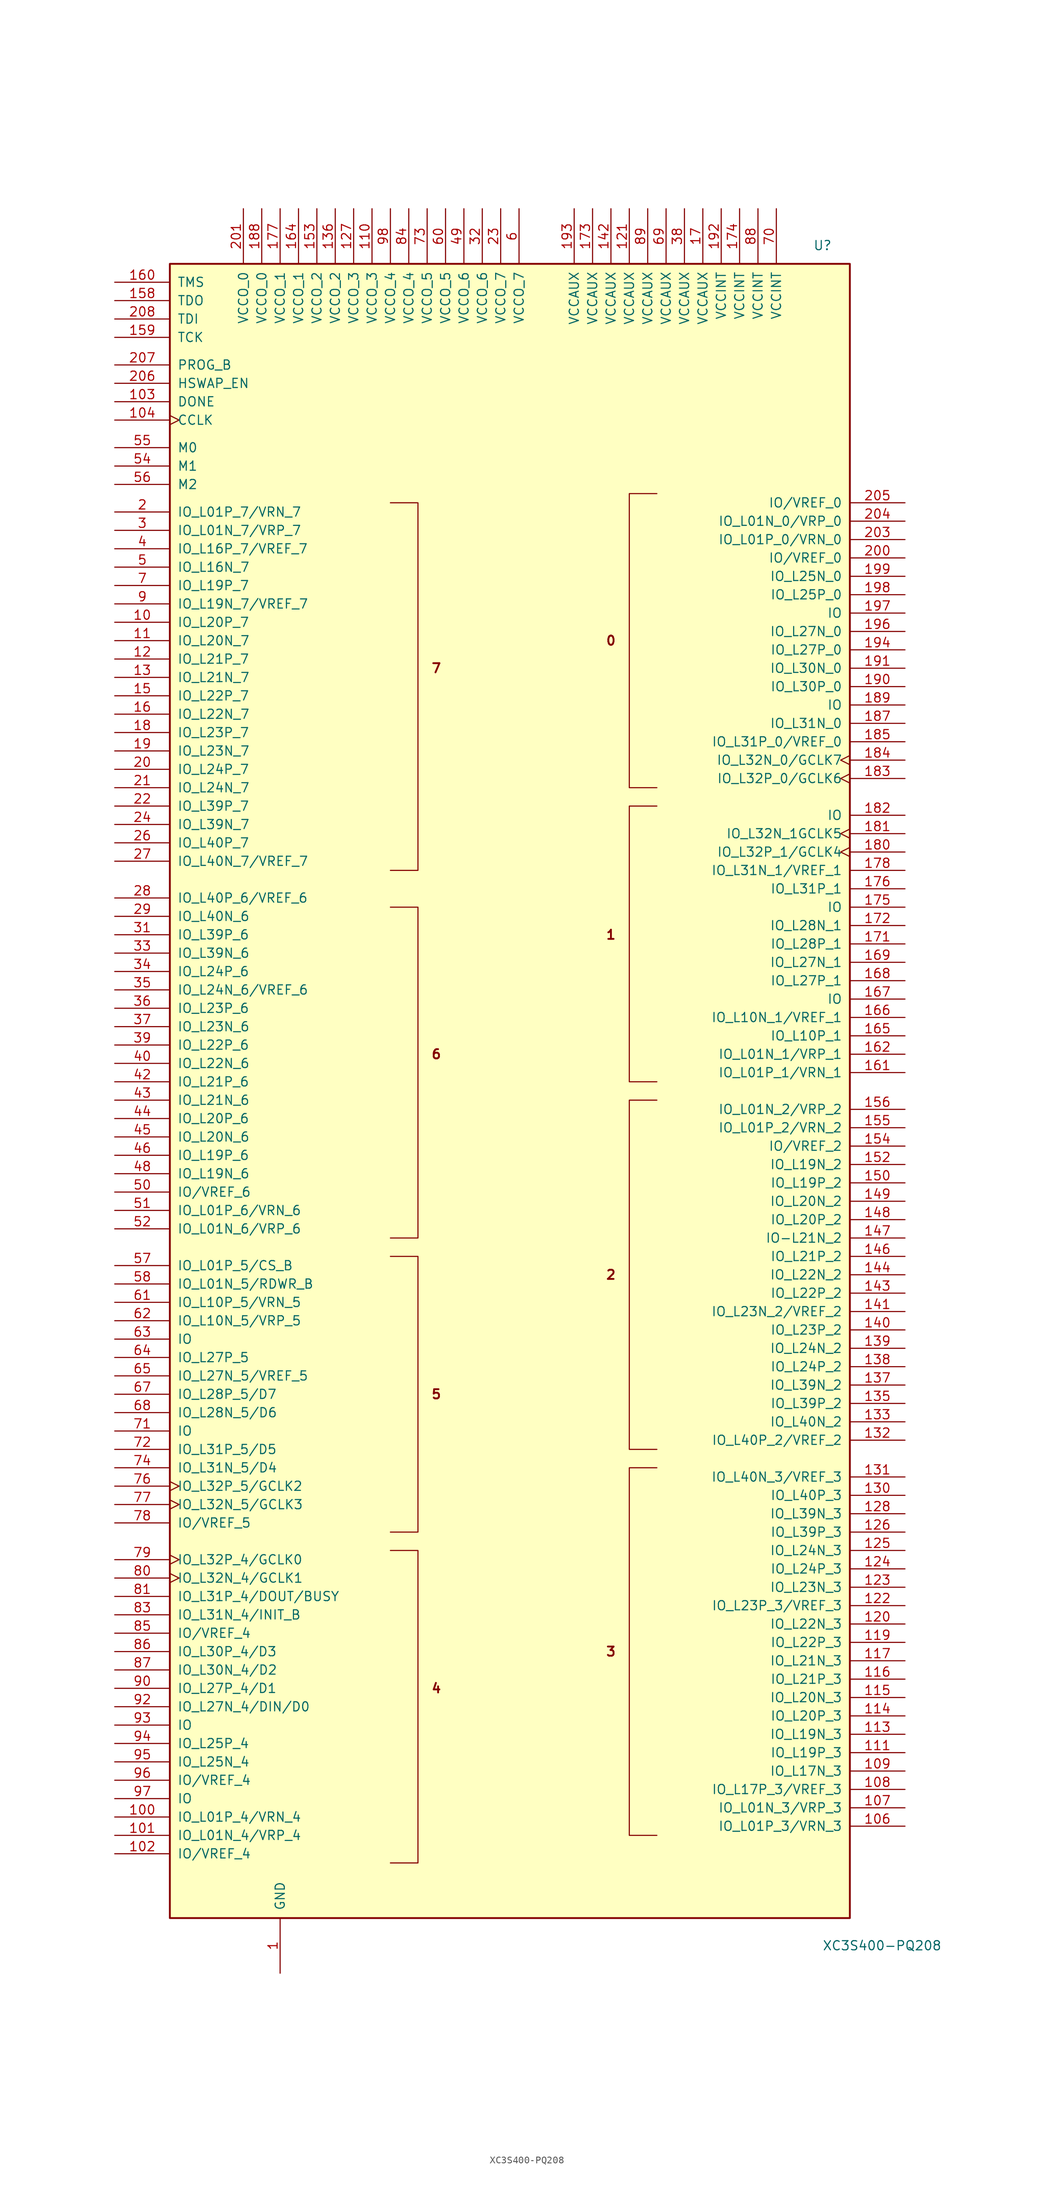
<source format=kicad_sym>
(kicad_symbol_lib
  (version 20231120)
  (generator "kicad_symbol_editor")
  (generator_version "8.0")
  (symbol "XC3S400-PQ208"
    (pin_names
      (offset 1.016))
    (property "Reference" "U"
      (at 41.91 116.84 0)
      (effects (font (size 1.27 1.27)) (justify left)))
    (property "Value" "XC3S400-PQ208"
      (at 43.18 -118.11 0)
      (effects (font (size 1.27 1.27)) (justify left)))
    (symbol "XC3S400-PQ208_0_0"
      (text "0" (at 13.97 62.23 0) (effects (font (size 1.27 1.27) (bold yes))))
      (text "1" (at 13.97 21.59 0) (effects (font (size 1.27 1.27) (bold yes))))
      (text "2" (at 13.97 -25.4 0) (effects (font (size 1.27 1.27) (bold yes))))
      (text "3" (at 13.97 -77.47 0) (effects (font (size 1.27 1.27) (bold yes))))
      (text "4" (at -10.16 -82.55 0) (effects (font (size 1.27 1.27) (bold yes))))
      (text "5" (at -10.16 -41.91 0) (effects (font (size 1.27 1.27) (bold yes))))
      (text "6" (at -10.16 5.08 0) (effects (font (size 1.27 1.27) (bold yes))))
      (text "7" (at -10.16 58.42 0) (effects (font (size 1.27 1.27) (bold yes)))))
    (symbol "XC3S400-PQ208_0_1"
      (rectangle (start -46.99 114.3) (end 46.99 -114.3) (stroke (width 0.254) (type default)) (fill (type background)))
      (polyline (pts (xy -16.51 -63.5) (xy -12.7 -63.5) (xy -12.7 -106.68) (xy -16.51 -106.68) (xy -15.24 -106.68)) (stroke (width 0) (type default)) (fill (type none)))
      (polyline (pts (xy -16.51 -60.96) (xy -12.7 -60.96) (xy -12.7 -22.86) (xy -16.51 -22.86) (xy -16.51 -22.86)) (stroke (width 0) (type default)) (fill (type none)))
      (polyline (pts (xy -16.51 -20.32) (xy -12.7 -20.32) (xy -12.7 25.4) (xy -16.51 25.4) (xy -16.51 25.4)) (stroke (width 0) (type default)) (fill (type none)))
      (polyline (pts (xy -16.51 30.48) (xy -12.7 30.48) (xy -12.7 81.28) (xy -16.51 81.28) (xy -16.51 81.28)) (stroke (width 0) (type default)) (fill (type none)))
      (polyline (pts (xy 20.32 -52.07) (xy 16.51 -52.07) (xy 16.51 -102.87) (xy 20.32 -102.87) (xy 20.32 -102.87)) (stroke (width 0) (type default)) (fill (type none)))
      (polyline (pts (xy 20.32 -1.27) (xy 16.51 -1.27) (xy 16.51 -49.53) (xy 20.32 -49.53) (xy 20.32 -49.53)) (stroke (width 0) (type default)) (fill (type none)))
      (polyline (pts (xy 20.32 39.37) (xy 16.51 39.37) (xy 16.51 1.27) (xy 20.32 1.27) (xy 20.32 1.27)) (stroke (width 0) (type default)) (fill (type none)))
      (polyline (pts (xy 20.32 82.55) (xy 16.51 82.55) (xy 16.51 41.91) (xy 20.32 41.91) (xy 20.32 41.91)) (stroke (width 0) (type default)) (fill (type none))))
    (symbol "XC3S400-PQ208_1_1"
      (pin power_in line (at -31.75 -121.92 90) (length 7.62) (name "GND" (effects (font (size 1.27 1.27)))) (number "1" (effects (font (size 1.27 1.27)))))
      (pin bidirectional line (at -54.61 64.77 0) (length 7.62) (name "IO_L20P_7" (effects (font (size 1.27 1.27)))) (number "10" (effects (font (size 1.27 1.27)))))
      (pin bidirectional line (at -54.61 -100.33 0) (length 7.62) (name "IO_L01P_4/VRN_4" (effects (font (size 1.27 1.27)))) (number "100" (effects (font (size 1.27 1.27)))))
      (pin bidirectional line (at -54.61 -102.87 0) (length 7.62) (name "IO_L01N_4/VRP_4" (effects (font (size 1.27 1.27)))) (number "101" (effects (font (size 1.27 1.27)))))
      (pin bidirectional line (at -54.61 -105.41 0) (length 7.62) (name "IO/VREF_4" (effects (font (size 1.27 1.27)))) (number "102" (effects (font (size 1.27 1.27)))))
      (pin bidirectional line (at -54.61 95.25 0) (length 7.62) (name "DONE" (effects (font (size 1.27 1.27)))) (number "103" (effects (font (size 1.27 1.27)))))
      (pin bidirectional clock (at -54.61 92.71 0) (length 7.62) (name "CCLK" (effects (font (size 1.27 1.27)))) (number "104" (effects (font (size 1.27 1.27)))))
      (pin passive line (at -31.75 -121.92 90) (length 7.62) hide (name "GND" (effects (font (size 1.27 1.27)))) (number "105" (effects (font (size 1.27 1.27)))))
      (pin bidirectional line (at 54.61 -101.6 180) (length 7.62) (name "IO_L01P_3/VRN_3" (effects (font (size 1.27 1.27)))) (number "106" (effects (font (size 1.27 1.27)))))
      (pin bidirectional line (at 54.61 -99.06 180) (length 7.62) (name "IO_L01N_3/VRP_3" (effects (font (size 1.27 1.27)))) (number "107" (effects (font (size 1.27 1.27)))))
      (pin bidirectional line (at 54.61 -96.52 180) (length 7.62) (name "IO_L17P_3/VREF_3" (effects (font (size 1.27 1.27)))) (number "108" (effects (font (size 1.27 1.27)))))
      (pin bidirectional line (at 54.61 -93.98 180) (length 7.62) (name "IO_L17N_3" (effects (font (size 1.27 1.27)))) (number "109" (effects (font (size 1.27 1.27)))))
      (pin bidirectional line (at -54.61 62.23 0) (length 7.62) (name "IO_L20N_7" (effects (font (size 1.27 1.27)))) (number "11" (effects (font (size 1.27 1.27)))))
      (pin power_in line (at -19.05 121.92 270) (length 7.62) (name "VCCO_3" (effects (font (size 1.27 1.27)))) (number "110" (effects (font (size 1.27 1.27)))))
      (pin bidirectional line (at 54.61 -91.44 180) (length 7.62) (name "IO_L19P_3" (effects (font (size 1.27 1.27)))) (number "111" (effects (font (size 1.27 1.27)))))
      (pin passive line (at -31.75 -121.92 90) (length 7.62) hide (name "GND" (effects (font (size 1.27 1.27)))) (number "112" (effects (font (size 1.27 1.27)))))
      (pin bidirectional line (at 54.61 -88.9 180) (length 7.62) (name "IO_L19N_3" (effects (font (size 1.27 1.27)))) (number "113" (effects (font (size 1.27 1.27)))))
      (pin bidirectional line (at 54.61 -86.36 180) (length 7.62) (name "IO_L20P_3" (effects (font (size 1.27 1.27)))) (number "114" (effects (font (size 1.27 1.27)))))
      (pin bidirectional line (at 54.61 -83.82 180) (length 7.62) (name "IO_L20N_3" (effects (font (size 1.27 1.27)))) (number "115" (effects (font (size 1.27 1.27)))))
      (pin bidirectional line (at 54.61 -81.28 180) (length 7.62) (name "IO_L21P_3" (effects (font (size 1.27 1.27)))) (number "116" (effects (font (size 1.27 1.27)))))
      (pin bidirectional line (at 54.61 -78.74 180) (length 7.62) (name "IO_L21N_3" (effects (font (size 1.27 1.27)))) (number "117" (effects (font (size 1.27 1.27)))))
      (pin passive line (at -31.75 -121.92 90) (length 7.62) hide (name "GND" (effects (font (size 1.27 1.27)))) (number "118" (effects (font (size 1.27 1.27)))))
      (pin bidirectional line (at 54.61 -76.2 180) (length 7.62) (name "IO_L22P_3" (effects (font (size 1.27 1.27)))) (number "119" (effects (font (size 1.27 1.27)))))
      (pin bidirectional line (at -54.61 59.69 0) (length 7.62) (name "IO_L21P_7" (effects (font (size 1.27 1.27)))) (number "12" (effects (font (size 1.27 1.27)))))
      (pin bidirectional line (at 54.61 -73.66 180) (length 7.62) (name "IO_L22N_3" (effects (font (size 1.27 1.27)))) (number "120" (effects (font (size 1.27 1.27)))))
      (pin power_in line (at 16.51 121.92 270) (length 7.62) (name "VCCAUX" (effects (font (size 1.27 1.27)))) (number "121" (effects (font (size 1.27 1.27)))))
      (pin bidirectional line (at 54.61 -71.12 180) (length 7.62) (name "IO_L23P_3/VREF_3" (effects (font (size 1.27 1.27)))) (number "122" (effects (font (size 1.27 1.27)))))
      (pin bidirectional line (at 54.61 -68.58 180) (length 7.62) (name "IO_L23N_3" (effects (font (size 1.27 1.27)))) (number "123" (effects (font (size 1.27 1.27)))))
      (pin bidirectional line (at 54.61 -66.04 180) (length 7.62) (name "IO_L24P_3" (effects (font (size 1.27 1.27)))) (number "124" (effects (font (size 1.27 1.27)))))
      (pin bidirectional line (at 54.61 -63.5 180) (length 7.62) (name "IO_L24N_3" (effects (font (size 1.27 1.27)))) (number "125" (effects (font (size 1.27 1.27)))))
      (pin bidirectional line (at 54.61 -60.96 180) (length 7.62) (name "IO_L39P_3" (effects (font (size 1.27 1.27)))) (number "126" (effects (font (size 1.27 1.27)))))
      (pin power_in line (at -21.59 121.92 270) (length 7.62) (name "VCCO_3" (effects (font (size 1.27 1.27)))) (number "127" (effects (font (size 1.27 1.27)))))
      (pin bidirectional line (at 54.61 -58.42 180) (length 7.62) (name "IO_L39N_3" (effects (font (size 1.27 1.27)))) (number "128" (effects (font (size 1.27 1.27)))))
      (pin passive line (at -31.75 -121.92 90) (length 7.62) hide (name "GND" (effects (font (size 1.27 1.27)))) (number "129" (effects (font (size 1.27 1.27)))))
      (pin bidirectional line (at -54.61 57.15 0) (length 7.62) (name "IO_L21N_7" (effects (font (size 1.27 1.27)))) (number "13" (effects (font (size 1.27 1.27)))))
      (pin bidirectional line (at 54.61 -55.88 180) (length 7.62) (name "IO_L40P_3" (effects (font (size 1.27 1.27)))) (number "130" (effects (font (size 1.27 1.27)))))
      (pin bidirectional line (at 54.61 -53.34 180) (length 7.62) (name "IO_L40N_3/VREF_3" (effects (font (size 1.27 1.27)))) (number "131" (effects (font (size 1.27 1.27)))))
      (pin bidirectional line (at 54.61 -48.26 180) (length 7.62) (name "IO_L40P_2/VREF_2" (effects (font (size 1.27 1.27)))) (number "132" (effects (font (size 1.27 1.27)))))
      (pin bidirectional line (at 54.61 -45.72 180) (length 7.62) (name "IO_L40N_2" (effects (font (size 1.27 1.27)))) (number "133" (effects (font (size 1.27 1.27)))))
      (pin passive line (at -31.75 -121.92 90) (length 7.62) hide (name "GND" (effects (font (size 1.27 1.27)))) (number "134" (effects (font (size 1.27 1.27)))))
      (pin bidirectional line (at 54.61 -43.18 180) (length 7.62) (name "IO_L39P_2" (effects (font (size 1.27 1.27)))) (number "135" (effects (font (size 1.27 1.27)))))
      (pin power_in line (at -24.13 121.92 270) (length 7.62) (name "VCCO_2" (effects (font (size 1.27 1.27)))) (number "136" (effects (font (size 1.27 1.27)))))
      (pin bidirectional line (at 54.61 -40.64 180) (length 7.62) (name "IO_L39N_2" (effects (font (size 1.27 1.27)))) (number "137" (effects (font (size 1.27 1.27)))))
      (pin bidirectional line (at 54.61 -38.1 180) (length 7.62) (name "IO_L24P_2" (effects (font (size 1.27 1.27)))) (number "138" (effects (font (size 1.27 1.27)))))
      (pin bidirectional line (at 54.61 -35.56 180) (length 7.62) (name "IO_L24N_2" (effects (font (size 1.27 1.27)))) (number "139" (effects (font (size 1.27 1.27)))))
      (pin passive line (at -31.75 -121.92 90) (length 7.62) hide (name "GND" (effects (font (size 1.27 1.27)))) (number "14" (effects (font (size 1.27 1.27)))))
      (pin bidirectional line (at 54.61 -33.02 180) (length 7.62) (name "IO_L23P_2" (effects (font (size 1.27 1.27)))) (number "140" (effects (font (size 1.27 1.27)))))
      (pin bidirectional line (at 54.61 -30.48 180) (length 7.62) (name "IO_L23N_2/VREF_2" (effects (font (size 1.27 1.27)))) (number "141" (effects (font (size 1.27 1.27)))))
      (pin power_in line (at 13.97 121.92 270) (length 7.62) (name "VCCAUX" (effects (font (size 1.27 1.27)))) (number "142" (effects (font (size 1.27 1.27)))))
      (pin bidirectional line (at 54.61 -27.94 180) (length 7.62) (name "IO_L22P_2" (effects (font (size 1.27 1.27)))) (number "143" (effects (font (size 1.27 1.27)))))
      (pin bidirectional line (at 54.61 -25.4 180) (length 7.62) (name "IO_L22N_2" (effects (font (size 1.27 1.27)))) (number "144" (effects (font (size 1.27 1.27)))))
      (pin passive line (at -31.75 -121.92 90) (length 7.62) hide (name "GND" (effects (font (size 1.27 1.27)))) (number "145" (effects (font (size 1.27 1.27)))))
      (pin bidirectional line (at 54.61 -22.86 180) (length 7.62) (name "IO_L21P_2" (effects (font (size 1.27 1.27)))) (number "146" (effects (font (size 1.27 1.27)))))
      (pin bidirectional line (at 54.61 -20.32 180) (length 7.62) (name "IO-L21N_2" (effects (font (size 1.27 1.27)))) (number "147" (effects (font (size 1.27 1.27)))))
      (pin bidirectional line (at 54.61 -17.78 180) (length 7.62) (name "IO_L20P_2" (effects (font (size 1.27 1.27)))) (number "148" (effects (font (size 1.27 1.27)))))
      (pin bidirectional line (at 54.61 -15.24 180) (length 7.62) (name "IO_L20N_2" (effects (font (size 1.27 1.27)))) (number "149" (effects (font (size 1.27 1.27)))))
      (pin bidirectional line (at -54.61 54.61 0) (length 7.62) (name "IO_L22P_7" (effects (font (size 1.27 1.27)))) (number "15" (effects (font (size 1.27 1.27)))))
      (pin bidirectional line (at 54.61 -12.7 180) (length 7.62) (name "IO_L19P_2" (effects (font (size 1.27 1.27)))) (number "150" (effects (font (size 1.27 1.27)))))
      (pin passive line (at -31.75 -121.92 90) (length 7.62) hide (name "GND" (effects (font (size 1.27 1.27)))) (number "151" (effects (font (size 1.27 1.27)))))
      (pin bidirectional line (at 54.61 -10.16 180) (length 7.62) (name "IO_L19N_2" (effects (font (size 1.27 1.27)))) (number "152" (effects (font (size 1.27 1.27)))))
      (pin power_in line (at -26.67 121.92 270) (length 7.62) (name "VCCO_2" (effects (font (size 1.27 1.27)))) (number "153" (effects (font (size 1.27 1.27)))))
      (pin bidirectional line (at 54.61 -7.62 180) (length 7.62) (name "IO/VREF_2" (effects (font (size 1.27 1.27)))) (number "154" (effects (font (size 1.27 1.27)))))
      (pin bidirectional line (at 54.61 -5.08 180) (length 7.62) (name "IO_L01P_2/VRN_2" (effects (font (size 1.27 1.27)))) (number "155" (effects (font (size 1.27 1.27)))))
      (pin bidirectional line (at 54.61 -2.54 180) (length 7.62) (name "IO_L01N_2/VRP_2" (effects (font (size 1.27 1.27)))) (number "156" (effects (font (size 1.27 1.27)))))
      (pin passive line (at -31.75 -121.92 90) (length 7.62) hide (name "GND" (effects (font (size 1.27 1.27)))) (number "157" (effects (font (size 1.27 1.27)))))
      (pin bidirectional line (at -54.61 109.22 0) (length 7.62) (name "TDO" (effects (font (size 1.27 1.27)))) (number "158" (effects (font (size 1.27 1.27)))))
      (pin bidirectional line (at -54.61 104.14 0) (length 7.62) (name "TCK" (effects (font (size 1.27 1.27)))) (number "159" (effects (font (size 1.27 1.27)))))
      (pin bidirectional line (at -54.61 52.07 0) (length 7.62) (name "IO_L22N_7" (effects (font (size 1.27 1.27)))) (number "16" (effects (font (size 1.27 1.27)))))
      (pin bidirectional line (at -54.61 111.76 0) (length 7.62) (name "TMS" (effects (font (size 1.27 1.27)))) (number "160" (effects (font (size 1.27 1.27)))))
      (pin bidirectional line (at 54.61 2.54 180) (length 7.62) (name "IO_L01P_1/VRN_1" (effects (font (size 1.27 1.27)))) (number "161" (effects (font (size 1.27 1.27)))))
      (pin bidirectional line (at 54.61 5.08 180) (length 7.62) (name "IO_L01N_1/VRP_1" (effects (font (size 1.27 1.27)))) (number "162" (effects (font (size 1.27 1.27)))))
      (pin passive line (at -31.75 -121.92 90) (length 7.62) hide (name "GND" (effects (font (size 1.27 1.27)))) (number "163" (effects (font (size 1.27 1.27)))))
      (pin power_in line (at -29.21 121.92 270) (length 7.62) (name "VCCO_1" (effects (font (size 1.27 1.27)))) (number "164" (effects (font (size 1.27 1.27)))))
      (pin bidirectional line (at 54.61 7.62 180) (length 7.62) (name "IO_L10P_1" (effects (font (size 1.27 1.27)))) (number "165" (effects (font (size 1.27 1.27)))))
      (pin bidirectional line (at 54.61 10.16 180) (length 7.62) (name "IO_L10N_1/VREF_1" (effects (font (size 1.27 1.27)))) (number "166" (effects (font (size 1.27 1.27)))))
      (pin bidirectional line (at 54.61 12.7 180) (length 7.62) (name "IO" (effects (font (size 1.27 1.27)))) (number "167" (effects (font (size 1.27 1.27)))))
      (pin bidirectional line (at 54.61 15.24 180) (length 7.62) (name "IO_L27P_1" (effects (font (size 1.27 1.27)))) (number "168" (effects (font (size 1.27 1.27)))))
      (pin bidirectional line (at 54.61 17.78 180) (length 7.62) (name "IO_L27N_1" (effects (font (size 1.27 1.27)))) (number "169" (effects (font (size 1.27 1.27)))))
      (pin power_in line (at 26.67 121.92 270) (length 7.62) (name "VCCAUX" (effects (font (size 1.27 1.27)))) (number "17" (effects (font (size 1.27 1.27)))))
      (pin passive line (at -31.75 -121.92 90) (length 7.62) hide (name "GND" (effects (font (size 1.27 1.27)))) (number "170" (effects (font (size 1.27 1.27)))))
      (pin bidirectional line (at 54.61 20.32 180) (length 7.62) (name "IO_L28P_1" (effects (font (size 1.27 1.27)))) (number "171" (effects (font (size 1.27 1.27)))))
      (pin bidirectional line (at 54.61 22.86 180) (length 7.62) (name "IO_L28N_1" (effects (font (size 1.27 1.27)))) (number "172" (effects (font (size 1.27 1.27)))))
      (pin power_in line (at 11.43 121.92 270) (length 7.62) (name "VCCAUX" (effects (font (size 1.27 1.27)))) (number "173" (effects (font (size 1.27 1.27)))))
      (pin power_in line (at 31.75 121.92 270) (length 7.62) (name "VCCINT" (effects (font (size 1.27 1.27)))) (number "174" (effects (font (size 1.27 1.27)))))
      (pin bidirectional line (at 54.61 25.4 180) (length 7.62) (name "IO" (effects (font (size 1.27 1.27)))) (number "175" (effects (font (size 1.27 1.27)))))
      (pin bidirectional line (at 54.61 27.94 180) (length 7.62) (name "IO_L31P_1" (effects (font (size 1.27 1.27)))) (number "176" (effects (font (size 1.27 1.27)))))
      (pin power_in line (at -31.75 121.92 270) (length 7.62) (name "VCCO_1" (effects (font (size 1.27 1.27)))) (number "177" (effects (font (size 1.27 1.27)))))
      (pin bidirectional line (at 54.61 30.48 180) (length 7.62) (name "IO_L31N_1/VREF_1" (effects (font (size 1.27 1.27)))) (number "178" (effects (font (size 1.27 1.27)))))
      (pin passive line (at -31.75 -121.92 90) (length 7.62) hide (name "GND" (effects (font (size 1.27 1.27)))) (number "179" (effects (font (size 1.27 1.27)))))
      (pin bidirectional line (at -54.61 49.53 0) (length 7.62) (name "IO_L23P_7" (effects (font (size 1.27 1.27)))) (number "18" (effects (font (size 1.27 1.27)))))
      (pin bidirectional clock (at 54.61 33.02 180) (length 7.62) (name "IO_L32P_1/GCLK4" (effects (font (size 1.27 1.27)))) (number "180" (effects (font (size 1.27 1.27)))))
      (pin bidirectional clock (at 54.61 35.56 180) (length 7.62) (name "IO_L32N_1GCLK5" (effects (font (size 1.27 1.27)))) (number "181" (effects (font (size 1.27 1.27)))))
      (pin bidirectional line (at 54.61 38.1 180) (length 7.62) (name "IO" (effects (font (size 1.27 1.27)))) (number "182" (effects (font (size 1.27 1.27)))))
      (pin bidirectional clock (at 54.61 43.18 180) (length 7.62) (name "IO_L32P_0/GCLK6" (effects (font (size 1.27 1.27)))) (number "183" (effects (font (size 1.27 1.27)))))
      (pin bidirectional clock (at 54.61 45.72 180) (length 7.62) (name "IO_L32N_0/GCLK7" (effects (font (size 1.27 1.27)))) (number "184" (effects (font (size 1.27 1.27)))))
      (pin bidirectional line (at 54.61 48.26 180) (length 7.62) (name "IO_L31P_0/VREF_0" (effects (font (size 1.27 1.27)))) (number "185" (effects (font (size 1.27 1.27)))))
      (pin passive line (at -31.75 -121.92 90) (length 7.62) hide (name "GND" (effects (font (size 1.27 1.27)))) (number "186" (effects (font (size 1.27 1.27)))))
      (pin bidirectional line (at 54.61 50.8 180) (length 7.62) (name "IO_L31N_0" (effects (font (size 1.27 1.27)))) (number "187" (effects (font (size 1.27 1.27)))))
      (pin power_in line (at -34.29 121.92 270) (length 7.62) (name "VCCO_0" (effects (font (size 1.27 1.27)))) (number "188" (effects (font (size 1.27 1.27)))))
      (pin bidirectional line (at 54.61 53.34 180) (length 7.62) (name "IO" (effects (font (size 1.27 1.27)))) (number "189" (effects (font (size 1.27 1.27)))))
      (pin bidirectional line (at -54.61 46.99 0) (length 7.62) (name "IO_L23N_7" (effects (font (size 1.27 1.27)))) (number "19" (effects (font (size 1.27 1.27)))))
      (pin bidirectional line (at 54.61 55.88 180) (length 7.62) (name "IO_L30P_0" (effects (font (size 1.27 1.27)))) (number "190" (effects (font (size 1.27 1.27)))))
      (pin bidirectional line (at 54.61 58.42 180) (length 7.62) (name "IO_L30N_0" (effects (font (size 1.27 1.27)))) (number "191" (effects (font (size 1.27 1.27)))))
      (pin power_in line (at 29.21 121.92 270) (length 7.62) (name "VCCINT" (effects (font (size 1.27 1.27)))) (number "192" (effects (font (size 1.27 1.27)))))
      (pin power_in line (at 8.89 121.92 270) (length 7.62) (name "VCCAUX" (effects (font (size 1.27 1.27)))) (number "193" (effects (font (size 1.27 1.27)))))
      (pin bidirectional line (at 54.61 60.96 180) (length 7.62) (name "IO_L27P_0" (effects (font (size 1.27 1.27)))) (number "194" (effects (font (size 1.27 1.27)))))
      (pin passive line (at -31.75 -121.92 90) (length 7.62) hide (name "GND" (effects (font (size 1.27 1.27)))) (number "195" (effects (font (size 1.27 1.27)))))
      (pin bidirectional line (at 54.61 63.5 180) (length 7.62) (name "IO_L27N_0" (effects (font (size 1.27 1.27)))) (number "196" (effects (font (size 1.27 1.27)))))
      (pin bidirectional line (at 54.61 66.04 180) (length 7.62) (name "IO" (effects (font (size 1.27 1.27)))) (number "197" (effects (font (size 1.27 1.27)))))
      (pin bidirectional line (at 54.61 68.58 180) (length 7.62) (name "IO_L25P_0" (effects (font (size 1.27 1.27)))) (number "198" (effects (font (size 1.27 1.27)))))
      (pin bidirectional line (at 54.61 71.12 180) (length 7.62) (name "IO_L25N_0" (effects (font (size 1.27 1.27)))) (number "199" (effects (font (size 1.27 1.27)))))
      (pin bidirectional line (at -54.61 80.01 0) (length 7.62) (name "IO_L01P_7/VRN_7" (effects (font (size 1.27 1.27)))) (number "2" (effects (font (size 1.27 1.27)))))
      (pin bidirectional line (at -54.61 44.45 0) (length 7.62) (name "IO_L24P_7" (effects (font (size 1.27 1.27)))) (number "20" (effects (font (size 1.27 1.27)))))
      (pin bidirectional line (at 54.61 73.66 180) (length 7.62) (name "IO/VREF_0" (effects (font (size 1.27 1.27)))) (number "200" (effects (font (size 1.27 1.27)))))
      (pin power_in line (at -36.83 121.92 270) (length 7.62) (name "VCCO_0" (effects (font (size 1.27 1.27)))) (number "201" (effects (font (size 1.27 1.27)))))
      (pin passive line (at -31.75 -121.92 90) (length 7.62) hide (name "GND" (effects (font (size 1.27 1.27)))) (number "202" (effects (font (size 1.27 1.27)))))
      (pin bidirectional line (at 54.61 76.2 180) (length 7.62) (name "IO_L01P_0/VRN_0" (effects (font (size 1.27 1.27)))) (number "203" (effects (font (size 1.27 1.27)))))
      (pin bidirectional line (at 54.61 78.74 180) (length 7.62) (name "IO_L01N_0/VRP_0" (effects (font (size 1.27 1.27)))) (number "204" (effects (font (size 1.27 1.27)))))
      (pin bidirectional line (at 54.61 81.28 180) (length 7.62) (name "IO/VREF_0" (effects (font (size 1.27 1.27)))) (number "205" (effects (font (size 1.27 1.27)))))
      (pin input line (at -54.61 97.79 0) (length 7.62) (name "HSWAP_EN" (effects (font (size 1.27 1.27)))) (number "206" (effects (font (size 1.27 1.27)))))
      (pin input line (at -54.61 100.33 0) (length 7.62) (name "PROG_B" (effects (font (size 1.27 1.27)))) (number "207" (effects (font (size 1.27 1.27)))))
      (pin bidirectional line (at -54.61 106.68 0) (length 7.62) (name "TDI" (effects (font (size 1.27 1.27)))) (number "208" (effects (font (size 1.27 1.27)))))
      (pin bidirectional line (at -54.61 41.91 0) (length 7.62) (name "IO_L24N_7" (effects (font (size 1.27 1.27)))) (number "21" (effects (font (size 1.27 1.27)))))
      (pin bidirectional line (at -54.61 39.37 0) (length 7.62) (name "IO_L39P_7" (effects (font (size 1.27 1.27)))) (number "22" (effects (font (size 1.27 1.27)))))
      (pin power_in line (at -1.27 121.92 270) (length 7.62) (name "VCCO_7" (effects (font (size 1.27 1.27)))) (number "23" (effects (font (size 1.27 1.27)))))
      (pin bidirectional line (at -54.61 36.83 0) (length 7.62) (name "IO_L39N_7" (effects (font (size 1.27 1.27)))) (number "24" (effects (font (size 1.27 1.27)))))
      (pin passive line (at -31.75 -121.92 90) (length 7.62) hide (name "GND" (effects (font (size 1.27 1.27)))) (number "25" (effects (font (size 1.27 1.27)))))
      (pin bidirectional line (at -54.61 34.29 0) (length 7.62) (name "IO_L40P_7" (effects (font (size 1.27 1.27)))) (number "26" (effects (font (size 1.27 1.27)))))
      (pin bidirectional line (at -54.61 31.75 0) (length 7.62) (name "IO_L40N_7/VREF_7" (effects (font (size 1.27 1.27)))) (number "27" (effects (font (size 1.27 1.27)))))
      (pin bidirectional line (at -54.61 26.67 0) (length 7.62) (name "IO_L40P_6/VREF_6" (effects (font (size 1.27 1.27)))) (number "28" (effects (font (size 1.27 1.27)))))
      (pin bidirectional line (at -54.61 24.13 0) (length 7.62) (name "IO_L40N_6" (effects (font (size 1.27 1.27)))) (number "29" (effects (font (size 1.27 1.27)))))
      (pin bidirectional line (at -54.61 77.47 0) (length 7.62) (name "IO_L01N_7/VRP_7" (effects (font (size 1.27 1.27)))) (number "3" (effects (font (size 1.27 1.27)))))
      (pin passive line (at -31.75 -121.92 90) (length 7.62) hide (name "GND" (effects (font (size 1.27 1.27)))) (number "30" (effects (font (size 1.27 1.27)))))
      (pin bidirectional line (at -54.61 21.59 0) (length 7.62) (name "IO_L39P_6" (effects (font (size 1.27 1.27)))) (number "31" (effects (font (size 1.27 1.27)))))
      (pin power_in line (at -3.81 121.92 270) (length 7.62) (name "VCCO_6" (effects (font (size 1.27 1.27)))) (number "32" (effects (font (size 1.27 1.27)))))
      (pin bidirectional line (at -54.61 19.05 0) (length 7.62) (name "IO_L39N_6" (effects (font (size 1.27 1.27)))) (number "33" (effects (font (size 1.27 1.27)))))
      (pin bidirectional line (at -54.61 16.51 0) (length 7.62) (name "IO_L24P_6" (effects (font (size 1.27 1.27)))) (number "34" (effects (font (size 1.27 1.27)))))
      (pin bidirectional line (at -54.61 13.97 0) (length 7.62) (name "IO_L24N_6/VREF_6" (effects (font (size 1.27 1.27)))) (number "35" (effects (font (size 1.27 1.27)))))
      (pin bidirectional line (at -54.61 11.43 0) (length 7.62) (name "IO_L23P_6" (effects (font (size 1.27 1.27)))) (number "36" (effects (font (size 1.27 1.27)))))
      (pin bidirectional line (at -54.61 8.89 0) (length 7.62) (name "IO_L23N_6" (effects (font (size 1.27 1.27)))) (number "37" (effects (font (size 1.27 1.27)))))
      (pin power_in line (at 24.13 121.92 270) (length 7.62) (name "VCCAUX" (effects (font (size 1.27 1.27)))) (number "38" (effects (font (size 1.27 1.27)))))
      (pin bidirectional line (at -54.61 6.35 0) (length 7.62) (name "IO_L22P_6" (effects (font (size 1.27 1.27)))) (number "39" (effects (font (size 1.27 1.27)))))
      (pin bidirectional line (at -54.61 74.93 0) (length 7.62) (name "IO_L16P_7/VREF_7" (effects (font (size 1.27 1.27)))) (number "4" (effects (font (size 1.27 1.27)))))
      (pin bidirectional line (at -54.61 3.81 0) (length 7.62) (name "IO_L22N_6" (effects (font (size 1.27 1.27)))) (number "40" (effects (font (size 1.27 1.27)))))
      (pin passive line (at -31.75 -121.92 90) (length 7.62) hide (name "GND" (effects (font (size 1.27 1.27)))) (number "41" (effects (font (size 1.27 1.27)))))
      (pin bidirectional line (at -54.61 1.27 0) (length 7.62) (name "IO_L21P_6" (effects (font (size 1.27 1.27)))) (number "42" (effects (font (size 1.27 1.27)))))
      (pin bidirectional line (at -54.61 -1.27 0) (length 7.62) (name "IO_L21N_6" (effects (font (size 1.27 1.27)))) (number "43" (effects (font (size 1.27 1.27)))))
      (pin bidirectional line (at -54.61 -3.81 0) (length 7.62) (name "IO_L20P_6" (effects (font (size 1.27 1.27)))) (number "44" (effects (font (size 1.27 1.27)))))
      (pin bidirectional line (at -54.61 -6.35 0) (length 7.62) (name "IO_L20N_6" (effects (font (size 1.27 1.27)))) (number "45" (effects (font (size 1.27 1.27)))))
      (pin bidirectional line (at -54.61 -8.89 0) (length 7.62) (name "IO_L19P_6" (effects (font (size 1.27 1.27)))) (number "46" (effects (font (size 1.27 1.27)))))
      (pin passive line (at -31.75 -121.92 90) (length 7.62) hide (name "GND" (effects (font (size 1.27 1.27)))) (number "47" (effects (font (size 1.27 1.27)))))
      (pin bidirectional line (at -54.61 -11.43 0) (length 7.62) (name "IO_L19N_6" (effects (font (size 1.27 1.27)))) (number "48" (effects (font (size 1.27 1.27)))))
      (pin passive line (at -6.35 121.92 270) (length 7.62) (name "VCCO_6" (effects (font (size 1.27 1.27)))) (number "49" (effects (font (size 1.27 1.27)))))
      (pin bidirectional line (at -54.61 72.39 0) (length 7.62) (name "IO_L16N_7" (effects (font (size 1.27 1.27)))) (number "5" (effects (font (size 1.27 1.27)))))
      (pin bidirectional line (at -54.61 -13.97 0) (length 7.62) (name "IO/VREF_6" (effects (font (size 1.27 1.27)))) (number "50" (effects (font (size 1.27 1.27)))))
      (pin bidirectional line (at -54.61 -16.51 0) (length 7.62) (name "IO_L01P_6/VRN_6" (effects (font (size 1.27 1.27)))) (number "51" (effects (font (size 1.27 1.27)))))
      (pin bidirectional line (at -54.61 -19.05 0) (length 7.62) (name "IO_L01N_6/VRP_6" (effects (font (size 1.27 1.27)))) (number "52" (effects (font (size 1.27 1.27)))))
      (pin passive line (at -31.75 -121.92 90) (length 7.62) hide (name "GND" (effects (font (size 1.27 1.27)))) (number "53" (effects (font (size 1.27 1.27)))))
      (pin input line (at -54.61 86.36 0) (length 7.62) (name "M1" (effects (font (size 1.27 1.27)))) (number "54" (effects (font (size 1.27 1.27)))))
      (pin input line (at -54.61 88.9 0) (length 7.62) (name "M0" (effects (font (size 1.27 1.27)))) (number "55" (effects (font (size 1.27 1.27)))))
      (pin input line (at -54.61 83.82 0) (length 7.62) (name "M2" (effects (font (size 1.27 1.27)))) (number "56" (effects (font (size 1.27 1.27)))))
      (pin bidirectional line (at -54.61 -24.13 0) (length 7.62) (name "IO_L01P_5/CS_B" (effects (font (size 1.27 1.27)))) (number "57" (effects (font (size 1.27 1.27)))))
      (pin bidirectional line (at -54.61 -26.67 0) (length 7.62) (name "IO_L01N_5/RDWR_B" (effects (font (size 1.27 1.27)))) (number "58" (effects (font (size 1.27 1.27)))))
      (pin passive line (at -31.75 -121.92 90) (length 7.62) hide (name "GND" (effects (font (size 1.27 1.27)))) (number "59" (effects (font (size 1.27 1.27)))))
      (pin power_in line (at 1.27 121.92 270) (length 7.62) (name "VCCO_7" (effects (font (size 1.27 1.27)))) (number "6" (effects (font (size 1.27 1.27)))))
      (pin power_in line (at -8.89 121.92 270) (length 7.62) (name "VCCO_5" (effects (font (size 1.27 1.27)))) (number "60" (effects (font (size 1.27 1.27)))))
      (pin bidirectional line (at -54.61 -29.21 0) (length 7.62) (name "IO_L10P_5/VRN_5" (effects (font (size 1.27 1.27)))) (number "61" (effects (font (size 1.27 1.27)))))
      (pin bidirectional line (at -54.61 -31.75 0) (length 7.62) (name "IO_L10N_5/VRP_5" (effects (font (size 1.27 1.27)))) (number "62" (effects (font (size 1.27 1.27)))))
      (pin bidirectional line (at -54.61 -34.29 0) (length 7.62) (name "IO" (effects (font (size 1.27 1.27)))) (number "63" (effects (font (size 1.27 1.27)))))
      (pin bidirectional line (at -54.61 -36.83 0) (length 7.62) (name "IO_L27P_5" (effects (font (size 1.27 1.27)))) (number "64" (effects (font (size 1.27 1.27)))))
      (pin bidirectional line (at -54.61 -39.37 0) (length 7.62) (name "IO_L27N_5/VREF_5" (effects (font (size 1.27 1.27)))) (number "65" (effects (font (size 1.27 1.27)))))
      (pin passive line (at -31.75 -121.92 90) (length 7.62) hide (name "GND" (effects (font (size 1.27 1.27)))) (number "66" (effects (font (size 1.27 1.27)))))
      (pin bidirectional line (at -54.61 -41.91 0) (length 7.62) (name "IO_L28P_5/D7" (effects (font (size 1.27 1.27)))) (number "67" (effects (font (size 1.27 1.27)))))
      (pin bidirectional line (at -54.61 -44.45 0) (length 7.62) (name "IO_L28N_5/D6" (effects (font (size 1.27 1.27)))) (number "68" (effects (font (size 1.27 1.27)))))
      (pin power_in line (at 21.59 121.92 270) (length 7.62) (name "VCCAUX" (effects (font (size 1.27 1.27)))) (number "69" (effects (font (size 1.27 1.27)))))
      (pin bidirectional line (at -54.61 69.85 0) (length 7.62) (name "IO_L19P_7" (effects (font (size 1.27 1.27)))) (number "7" (effects (font (size 1.27 1.27)))))
      (pin power_in line (at 36.83 121.92 270) (length 7.62) (name "VCCINT" (effects (font (size 1.27 1.27)))) (number "70" (effects (font (size 1.27 1.27)))))
      (pin bidirectional line (at -54.61 -46.99 0) (length 7.62) (name "IO" (effects (font (size 1.27 1.27)))) (number "71" (effects (font (size 1.27 1.27)))))
      (pin bidirectional line (at -54.61 -49.53 0) (length 7.62) (name "IO_L31P_5/D5" (effects (font (size 1.27 1.27)))) (number "72" (effects (font (size 1.27 1.27)))))
      (pin power_in line (at -11.43 121.92 270) (length 7.62) (name "VCCO_5" (effects (font (size 1.27 1.27)))) (number "73" (effects (font (size 1.27 1.27)))))
      (pin bidirectional line (at -54.61 -52.07 0) (length 7.62) (name "IO_L31N_5/D4" (effects (font (size 1.27 1.27)))) (number "74" (effects (font (size 1.27 1.27)))))
      (pin passive line (at -31.75 -121.92 90) (length 7.62) hide (name "GND" (effects (font (size 1.27 1.27)))) (number "75" (effects (font (size 1.27 1.27)))))
      (pin bidirectional clock (at -54.61 -54.61 0) (length 7.62) (name "IO_L32P_5/GCLK2" (effects (font (size 1.27 1.27)))) (number "76" (effects (font (size 1.27 1.27)))))
      (pin bidirectional clock (at -54.61 -57.15 0) (length 7.62) (name "IO_L32N_5/GCLK3" (effects (font (size 1.27 1.27)))) (number "77" (effects (font (size 1.27 1.27)))))
      (pin bidirectional line (at -54.61 -59.69 0) (length 7.62) (name "IO/VREF_5" (effects (font (size 1.27 1.27)))) (number "78" (effects (font (size 1.27 1.27)))))
      (pin bidirectional clock (at -54.61 -64.77 0) (length 7.62) (name "IO_L32P_4/GCLK0" (effects (font (size 1.27 1.27)))) (number "79" (effects (font (size 1.27 1.27)))))
      (pin passive line (at -31.75 -121.92 90) (length 7.62) hide (name "GND" (effects (font (size 1.27 1.27)))) (number "8" (effects (font (size 1.27 1.27)))))
      (pin bidirectional clock (at -54.61 -67.31 0) (length 7.62) (name "IO_L32N_4/GCLK1" (effects (font (size 1.27 1.27)))) (number "80" (effects (font (size 1.27 1.27)))))
      (pin bidirectional line (at -54.61 -69.85 0) (length 7.62) (name "IO_L31P_4/DOUT/BUSY" (effects (font (size 1.27 1.27)))) (number "81" (effects (font (size 1.27 1.27)))))
      (pin passive line (at -31.75 -121.92 90) (length 7.62) hide (name "GND" (effects (font (size 1.27 1.27)))) (number "82" (effects (font (size 1.27 1.27)))))
      (pin bidirectional line (at -54.61 -72.39 0) (length 7.62) (name "IO_L31N_4/INIT_B" (effects (font (size 1.27 1.27)))) (number "83" (effects (font (size 1.27 1.27)))))
      (pin power_in line (at -13.97 121.92 270) (length 7.62) (name "VCCO_4" (effects (font (size 1.27 1.27)))) (number "84" (effects (font (size 1.27 1.27)))))
      (pin bidirectional line (at -54.61 -74.93 0) (length 7.62) (name "IO/VREF_4" (effects (font (size 1.27 1.27)))) (number "85" (effects (font (size 1.27 1.27)))))
      (pin bidirectional line (at -54.61 -77.47 0) (length 7.62) (name "IO_L30P_4/D3" (effects (font (size 1.27 1.27)))) (number "86" (effects (font (size 1.27 1.27)))))
      (pin bidirectional line (at -54.61 -80.01 0) (length 7.62) (name "IO_L30N_4/D2" (effects (font (size 1.27 1.27)))) (number "87" (effects (font (size 1.27 1.27)))))
      (pin power_in line (at 34.29 121.92 270) (length 7.62) (name "VCCINT" (effects (font (size 1.27 1.27)))) (number "88" (effects (font (size 1.27 1.27)))))
      (pin power_in line (at 19.05 121.92 270) (length 7.62) (name "VCCAUX" (effects (font (size 1.27 1.27)))) (number "89" (effects (font (size 1.27 1.27)))))
      (pin bidirectional line (at -54.61 67.31 0) (length 7.62) (name "IO_L19N_7/VREF_7" (effects (font (size 1.27 1.27)))) (number "9" (effects (font (size 1.27 1.27)))))
      (pin bidirectional line (at -54.61 -82.55 0) (length 7.62) (name "IO_L27P_4/D1" (effects (font (size 1.27 1.27)))) (number "90" (effects (font (size 1.27 1.27)))))
      (pin passive line (at -31.75 -121.92 90) (length 7.62) hide (name "GND" (effects (font (size 1.27 1.27)))) (number "91" (effects (font (size 1.27 1.27)))))
      (pin bidirectional line (at -54.61 -85.09 0) (length 7.62) (name "IO_L27N_4/DIN/D0" (effects (font (size 1.27 1.27)))) (number "92" (effects (font (size 1.27 1.27)))))
      (pin bidirectional line (at -54.61 -87.63 0) (length 7.62) (name "IO" (effects (font (size 1.27 1.27)))) (number "93" (effects (font (size 1.27 1.27)))))
      (pin bidirectional line (at -54.61 -90.17 0) (length 7.62) (name "IO_L25P_4" (effects (font (size 1.27 1.27)))) (number "94" (effects (font (size 1.27 1.27)))))
      (pin bidirectional line (at -54.61 -92.71 0) (length 7.62) (name "IO_L25N_4" (effects (font (size 1.27 1.27)))) (number "95" (effects (font (size 1.27 1.27)))))
      (pin bidirectional line (at -54.61 -95.25 0) (length 7.62) (name "IO/VREF_4" (effects (font (size 1.27 1.27)))) (number "96" (effects (font (size 1.27 1.27)))))
      (pin bidirectional line (at -54.61 -97.79 0) (length 7.62) (name "IO" (effects (font (size 1.27 1.27)))) (number "97" (effects (font (size 1.27 1.27)))))
      (pin power_in line (at -16.51 121.92 270) (length 7.62) (name "VCCO_4" (effects (font (size 1.27 1.27)))) (number "98" (effects (font (size 1.27 1.27)))))
      (pin passive line (at -31.75 -121.92 90) (length 7.62) hide (name "GND" (effects (font (size 1.27 1.27)))) (number "99" (effects (font (size 1.27 1.27))))))))
</source>
